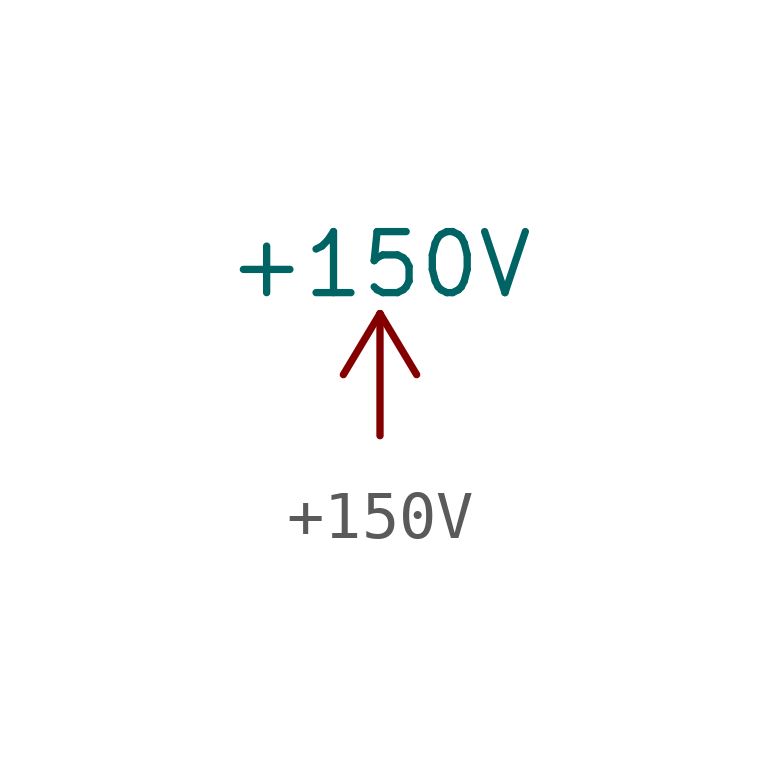
<source format=kicad_sym>
(kicad_symbol_lib
  (version 20211014)
  (generator kicad_symbol_editor)
  (symbol "+150V"
    (power)
    (pin_names
      (offset 0))
    (property "Reference" "#PWR"
      (at 0 -3.81 0)
      (effects (font (size 1.27 1.27)) hide))
    (property "Value" "+150V"
      (at 0 3.556 0)
      (effects (font (size 1.27 1.27))))
    (symbol "+150V_0_1"
      (polyline (pts (xy -0.762 1.27) (xy 0 2.54)) (stroke (width 0) (type default) (color 0 0 0 0)) (fill (type none)))
      (polyline (pts (xy 0 0) (xy 0 2.54)) (stroke (width 0) (type default) (color 0 0 0 0)) (fill (type none)))
      (polyline (pts (xy 0 2.54) (xy 0.762 1.27)) (stroke (width 0) (type default) (color 0 0 0 0)) (fill (type none))))
    (symbol "+150V_1_1"
      (pin power_in line (at 0 0 90) (length 0) hide (name "+48V" (effects (font (size 1.27 1.27)))) (number "1" (effects (font (size 1.27 1.27))))))))
</source>
